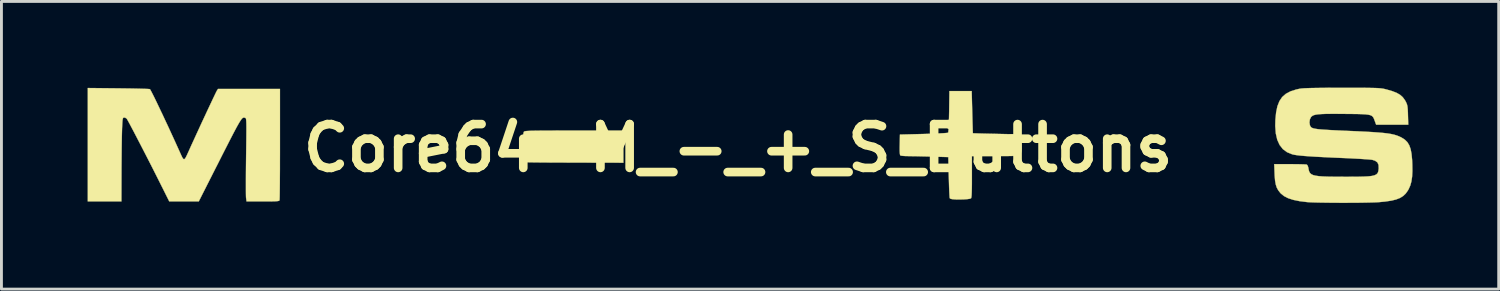
<source format=kicad_pcb>
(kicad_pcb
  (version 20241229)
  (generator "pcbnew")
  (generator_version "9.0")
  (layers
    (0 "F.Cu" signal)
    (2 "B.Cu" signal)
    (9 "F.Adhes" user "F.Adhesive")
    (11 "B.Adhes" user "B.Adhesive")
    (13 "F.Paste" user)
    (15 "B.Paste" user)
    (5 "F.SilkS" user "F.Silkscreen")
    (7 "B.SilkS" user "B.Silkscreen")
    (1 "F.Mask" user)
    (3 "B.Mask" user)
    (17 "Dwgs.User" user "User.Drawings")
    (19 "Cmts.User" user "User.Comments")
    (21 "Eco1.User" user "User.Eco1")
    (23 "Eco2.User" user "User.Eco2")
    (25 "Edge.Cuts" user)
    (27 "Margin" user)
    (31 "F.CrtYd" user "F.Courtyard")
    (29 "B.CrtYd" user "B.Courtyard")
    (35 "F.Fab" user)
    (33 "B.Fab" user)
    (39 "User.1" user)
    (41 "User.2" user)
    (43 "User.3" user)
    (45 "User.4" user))
  (footprint "Core64-M_-_+_S_Buttons"
    (layer "F.Cu")
    (at 22.634 2.103)
    (property "Reference" "Core64-M_-_+_S_Buttons" (at 0 0 0) (layer "F.SilkS") (effects (font (size 1.524 1.524) (thickness 0.3))))
    (attr through_hole)
    (fp_poly (pts (xy -3.992 0.509) (xy -5.676 0.505) (xy -5.966 0.504) (xy -6.241 0.503) (xy -6.498 0.502) (xy -6.732 0.501) (xy -6.94 0.499) (xy -7.115 0.497) (xy -7.255 0.495) (xy -7.354 0.493) (xy -7.409 0.491) (xy -7.418 0.491) (xy -7.448 0.48) (xy -7.47 0.458) (xy -7.486 0.417) (xy -7.495 0.352) (xy -7.5 0.255) (xy -7.5 0.122) (xy -7.497 -0.055) (xy -7.496 -0.088) (xy -7.49 -0.271) (xy -7.482 -0.407) (xy -7.472 -0.5) (xy -7.46 -0.555) (xy -7.451 -0.57) (xy -7.441 -0.578) (xy -7.421 -0.585) (xy -7.388 -0.591) (xy -7.339 -0.595) (xy -7.269 -0.599) (xy -7.176 -0.603) (xy -7.056 -0.605) (xy -6.905 -0.607) (xy -6.72 -0.609) (xy -6.497 -0.609) (xy -6.232 -0.61) (xy -5.922 -0.61) (xy -5.705 -0.61) (xy -3.992 -0.61) (xy -3.992 0.509)) (stroke (width 0.01) (type solid)) (fill yes) (layer "F.SilkS"))
    (fp_poly (pts (xy 8.148 -1.252) (xy 8.153 -1.065) (xy 8.157 -0.895) (xy 8.162 -0.749) (xy 8.165 -0.634) (xy 8.168 -0.554) (xy 8.17 -0.518) (xy 8.171 -0.517) (xy 8.196 -0.515) (xy 8.266 -0.513) (xy 8.376 -0.509) (xy 8.518 -0.505) (xy 8.686 -0.501) (xy 8.876 -0.497) (xy 9.004 -0.494) (xy 9.833 -0.476) (xy 9.85 -0.215) (xy 9.858 -0.038) (xy 9.855 0.093) (xy 9.841 0.184) (xy 9.816 0.24) (xy 9.78 0.264) (xy 9.741 0.268) (xy 9.659 0.271) (xy 9.539 0.274) (xy 9.388 0.277) (xy 9.213 0.278) (xy 9.02 0.279) (xy 8.931 0.279) (xy 8.136 0.28) (xy 8.136 1.001) (xy 8.136 1.226) (xy 8.134 1.405) (xy 8.13 1.541) (xy 8.126 1.639) (xy 8.119 1.704) (xy 8.11 1.74) (xy 8.104 1.748) (xy 8.06 1.764) (xy 7.976 1.776) (xy 7.862 1.784) (xy 7.729 1.788) (xy 7.588 1.787) (xy 7.547 1.785) (xy 7.442 1.776) (xy 7.382 1.759) (xy 7.364 1.741) (xy 7.36 1.707) (xy 7.355 1.629) (xy 7.349 1.514) (xy 7.343 1.369) (xy 7.338 1.201) (xy 7.333 1.017) (xy 7.332 1.009) (xy 7.315 0.313) (xy 6.742 0.296) (xy 6.559 0.291) (xy 6.375 0.287) (xy 6.204 0.283) (xy 6.058 0.281) (xy 5.947 0.279) (xy 5.926 0.279) (xy 5.817 0.277) (xy 5.726 0.271) (xy 5.665 0.263) (xy 5.65 0.258) (xy 5.636 0.236) (xy 5.628 0.184) (xy 5.623 0.097) (xy 5.623 -0.031) (xy 5.625 -0.116) (xy 5.632 -0.47) (xy 6.458 -0.491) (xy 6.659 -0.497) (xy 6.843 -0.503) (xy 7.005 -0.511) (xy 7.139 -0.518) (xy 7.238 -0.525) (xy 7.296 -0.532) (xy 7.309 -0.536) (xy 7.316 -0.567) (xy 7.323 -0.643) (xy 7.329 -0.759) (xy 7.335 -0.907) (xy 7.34 -1.082) (xy 7.344 -1.272) (xy 7.354 -1.983) (xy 8.129 -1.983) (xy 8.148 -1.252)) (stroke (width 0.01) (type solid)) (fill yes) (layer "F.SilkS"))
    (fp_poly (pts (xy -21.567 -2.079) (xy -21.339 -2.076) (xy -21.125 -2.073) (xy -20.932 -2.069) (xy -20.765 -2.065) (xy -20.63 -2.061) (xy -20.532 -2.057) (xy -20.477 -2.052) (xy -20.467 -2.051) (xy -20.45 -2.025) (xy -20.413 -1.957) (xy -20.359 -1.852) (xy -20.291 -1.715) (xy -20.211 -1.549) (xy -20.121 -1.36) (xy -20.022 -1.153) (xy -19.918 -0.93) (xy -19.809 -0.698) (xy -19.7 -0.461) (xy -19.591 -0.223) (xy -19.485 0.011) (xy -19.441 0.108) (xy -19.381 0.241) (xy -19.337 0.332) (xy -19.301 0.381) (xy -19.269 0.387) (xy -19.234 0.349) (xy -19.191 0.268) (xy -19.133 0.142) (xy -19.101 0.071) (xy -19.031 -0.085) (xy -18.95 -0.262) (xy -18.862 -0.454) (xy -18.769 -0.656) (xy -18.674 -0.863) (xy -18.578 -1.068) (xy -18.486 -1.266) (xy -18.399 -1.451) (xy -18.32 -1.619) (xy -18.252 -1.763) (xy -18.196 -1.879) (xy -18.157 -1.96) (xy -18.135 -2) (xy -18.134 -2.002) (xy -18.097 -2.059) (xy -15.942 -2.059) (xy -15.942 -0.142) (xy -15.942 0.167) (xy -15.943 0.461) (xy -15.943 0.737) (xy -15.945 0.99) (xy -15.946 1.217) (xy -15.948 1.414) (xy -15.95 1.576) (xy -15.952 1.7) (xy -15.955 1.781) (xy -15.957 1.815) (xy -15.957 1.816) (xy -15.968 1.829) (xy -15.992 1.839) (xy -16.036 1.846) (xy -16.106 1.851) (xy -16.209 1.854) (xy -16.35 1.856) (xy -16.535 1.856) (xy -17.104 1.856) (xy -17.121 1.737) (xy -17.124 1.689) (xy -17.126 1.595) (xy -17.127 1.461) (xy -17.127 1.292) (xy -17.127 1.094) (xy -17.126 0.871) (xy -17.124 0.629) (xy -17.121 0.373) (xy -17.12 0.291) (xy -17.116 -0.003) (xy -17.113 -0.249) (xy -17.111 -0.453) (xy -17.11 -0.619) (xy -17.11 -0.75) (xy -17.111 -0.851) (xy -17.114 -0.926) (xy -17.118 -0.979) (xy -17.123 -1.013) (xy -17.13 -1.034) (xy -17.139 -1.045) (xy -17.149 -1.051) (xy -17.154 -1.053) (xy -17.177 -1.059) (xy -17.197 -1.062) (xy -17.218 -1.059) (xy -17.241 -1.047) (xy -17.267 -1.022) (xy -17.298 -0.982) (xy -17.336 -0.924) (xy -17.383 -0.846) (xy -17.441 -0.743) (xy -17.51 -0.614) (xy -17.593 -0.456) (xy -17.692 -0.265) (xy -17.807 -0.039) (xy -17.942 0.225) (xy -18.096 0.531) (xy -18.179 0.693) (xy -18.768 1.856) (xy -19.794 1.856) (xy -20.019 1.405) (xy -20.122 1.2) (xy -20.232 0.981) (xy -20.347 0.753) (xy -20.465 0.521) (xy -20.584 0.289) (xy -20.701 0.062) (xy -20.813 -0.155) (xy -20.919 -0.359) (xy -21.015 -0.544) (xy -21.1 -0.705) (xy -21.171 -0.839) (xy -21.226 -0.94) (xy -21.262 -1.003) (xy -21.275 -1.024) (xy -21.328 -1.058) (xy -21.369 -1.063) (xy -21.389 -1.057) (xy -21.404 -1.041) (xy -21.414 -1.008) (xy -21.422 -0.949) (xy -21.428 -0.857) (xy -21.435 -0.724) (xy -21.437 -0.674) (xy -21.44 -0.563) (xy -21.444 -0.409) (xy -21.447 -0.221) (xy -21.45 -0.005) (xy -21.452 0.229) (xy -21.454 0.473) (xy -21.456 0.721) (xy -21.456 0.782) (xy -21.459 1.856) (xy -22.629 1.856) (xy -22.629 -2.09) (xy -21.567 -2.079)) (stroke (width 0.01) (type solid)) (fill yes) (layer "F.SilkS"))
    (fp_poly (pts (xy 21.319 -2.098) (xy 21.565 -2.097) (xy 21.77 -2.097) (xy 21.939 -2.095) (xy 22.076 -2.093) (xy 22.186 -2.09) (xy 22.275 -2.086) (xy 22.346 -2.08) (xy 22.405 -2.073) (xy 22.457 -2.065) (xy 22.506 -2.054) (xy 22.557 -2.041) (xy 22.562 -2.04) (xy 22.76 -1.983) (xy 22.915 -1.923) (xy 23.035 -1.854) (xy 23.128 -1.772) (xy 23.203 -1.67) (xy 23.233 -1.618) (xy 23.261 -1.559) (xy 23.281 -1.503) (xy 23.294 -1.438) (xy 23.302 -1.353) (xy 23.308 -1.234) (xy 23.31 -1.151) (xy 23.32 -0.814) (xy 22.203 -0.814) (xy 22.155 -0.945) (xy 22.133 -1.005) (xy 22.111 -1.055) (xy 22.084 -1.094) (xy 22.048 -1.124) (xy 21.997 -1.147) (xy 21.925 -1.163) (xy 21.828 -1.174) (xy 21.7 -1.181) (xy 21.536 -1.186) (xy 21.331 -1.188) (xy 21.114 -1.19) (xy 20.846 -1.192) (xy 20.624 -1.192) (xy 20.443 -1.19) (xy 20.299 -1.184) (xy 20.186 -1.176) (xy 20.099 -1.163) (xy 20.035 -1.146) (xy 19.988 -1.124) (xy 19.953 -1.096) (xy 19.934 -1.075) (xy 19.895 -0.993) (xy 19.883 -0.893) (xy 19.897 -0.796) (xy 19.927 -0.739) (xy 19.949 -0.718) (xy 19.98 -0.701) (xy 20.025 -0.685) (xy 20.088 -0.672) (xy 20.174 -0.659) (xy 20.287 -0.648) (xy 20.431 -0.638) (xy 20.612 -0.627) (xy 20.832 -0.616) (xy 21.097 -0.604) (xy 21.23 -0.598) (xy 21.56 -0.584) (xy 21.844 -0.57) (xy 22.086 -0.556) (xy 22.29 -0.541) (xy 22.463 -0.526) (xy 22.607 -0.509) (xy 22.728 -0.489) (xy 22.83 -0.466) (xy 22.917 -0.44) (xy 22.995 -0.41) (xy 23.068 -0.376) (xy 23.095 -0.361) (xy 23.203 -0.291) (xy 23.289 -0.206) (xy 23.354 -0.1) (xy 23.402 0.032) (xy 23.434 0.199) (xy 23.454 0.404) (xy 23.461 0.564) (xy 23.464 0.801) (xy 23.454 0.997) (xy 23.43 1.161) (xy 23.391 1.302) (xy 23.335 1.427) (xy 23.308 1.475) (xy 23.233 1.581) (xy 23.143 1.667) (xy 23.034 1.735) (xy 22.898 1.788) (xy 22.729 1.829) (xy 22.521 1.86) (xy 22.313 1.88) (xy 22.204 1.887) (xy 22.053 1.892) (xy 21.868 1.896) (xy 21.657 1.9) (xy 21.427 1.902) (xy 21.186 1.903) (xy 20.942 1.903) (xy 20.701 1.902) (xy 20.471 1.899) (xy 20.261 1.896) (xy 20.077 1.892) (xy 19.928 1.887) (xy 19.819 1.88) (xy 19.802 1.879) (xy 19.537 1.846) (xy 19.318 1.801) (xy 19.139 1.743) (xy 18.997 1.67) (xy 18.887 1.581) (xy 18.867 1.559) (xy 18.797 1.469) (xy 18.745 1.375) (xy 18.71 1.266) (xy 18.686 1.132) (xy 18.672 0.962) (xy 18.669 0.884) (xy 18.656 0.559) (xy 19.204 0.559) (xy 19.367 0.56) (xy 19.515 0.562) (xy 19.639 0.565) (xy 19.731 0.568) (xy 19.783 0.573) (xy 19.79 0.574) (xy 19.819 0.608) (xy 19.842 0.677) (xy 19.846 0.702) (xy 19.859 0.77) (xy 19.877 0.827) (xy 19.906 0.873) (xy 19.95 0.91) (xy 20.012 0.94) (xy 20.098 0.961) (xy 20.211 0.977) (xy 20.357 0.988) (xy 20.539 0.994) (xy 20.762 0.997) (xy 21.03 0.998) (xy 21.116 0.999) (xy 21.388 0.998) (xy 21.614 0.996) (xy 21.798 0.991) (xy 21.944 0.983) (xy 22.057 0.969) (xy 22.142 0.948) (xy 22.202 0.921) (xy 22.243 0.885) (xy 22.269 0.84) (xy 22.283 0.784) (xy 22.291 0.716) (xy 22.292 0.705) (xy 22.287 0.585) (xy 22.247 0.498) (xy 22.167 0.44) (xy 22.07 0.409) (xy 22.016 0.402) (xy 21.917 0.393) (xy 21.781 0.384) (xy 21.615 0.373) (xy 21.424 0.363) (xy 21.217 0.352) (xy 21.022 0.344) (xy 20.672 0.329) (xy 20.37 0.314) (xy 20.112 0.301) (xy 19.894 0.287) (xy 19.713 0.274) (xy 19.566 0.261) (xy 19.448 0.247) (xy 19.357 0.233) (xy 19.289 0.218) (xy 19.282 0.216) (xy 19.103 0.143) (xy 18.957 0.035) (xy 18.844 -0.109) (xy 18.762 -0.289) (xy 18.712 -0.508) (xy 18.692 -0.766) (xy 18.697 -0.979) (xy 18.722 -1.239) (xy 18.767 -1.456) (xy 18.837 -1.633) (xy 18.933 -1.776) (xy 19.061 -1.888) (xy 19.222 -1.974) (xy 19.421 -2.038) (xy 19.544 -2.065) (xy 19.603 -2.073) (xy 19.688 -2.08) (xy 19.804 -2.085) (xy 19.953 -2.09) (xy 20.139 -2.093) (xy 20.365 -2.096) (xy 20.634 -2.097) (xy 20.95 -2.098) (xy 21.027 -2.098) (xy 21.319 -2.098)) (stroke (width 0.01) (type solid)) (fill yes) (layer "F.SilkS")))
  (gr_rect
    (start -3 -3)
    (end 49.102 7.01)
    (stroke (width 0.1) (type default))
    (fill no)
    (layer "Edge.Cuts")))
</source>
